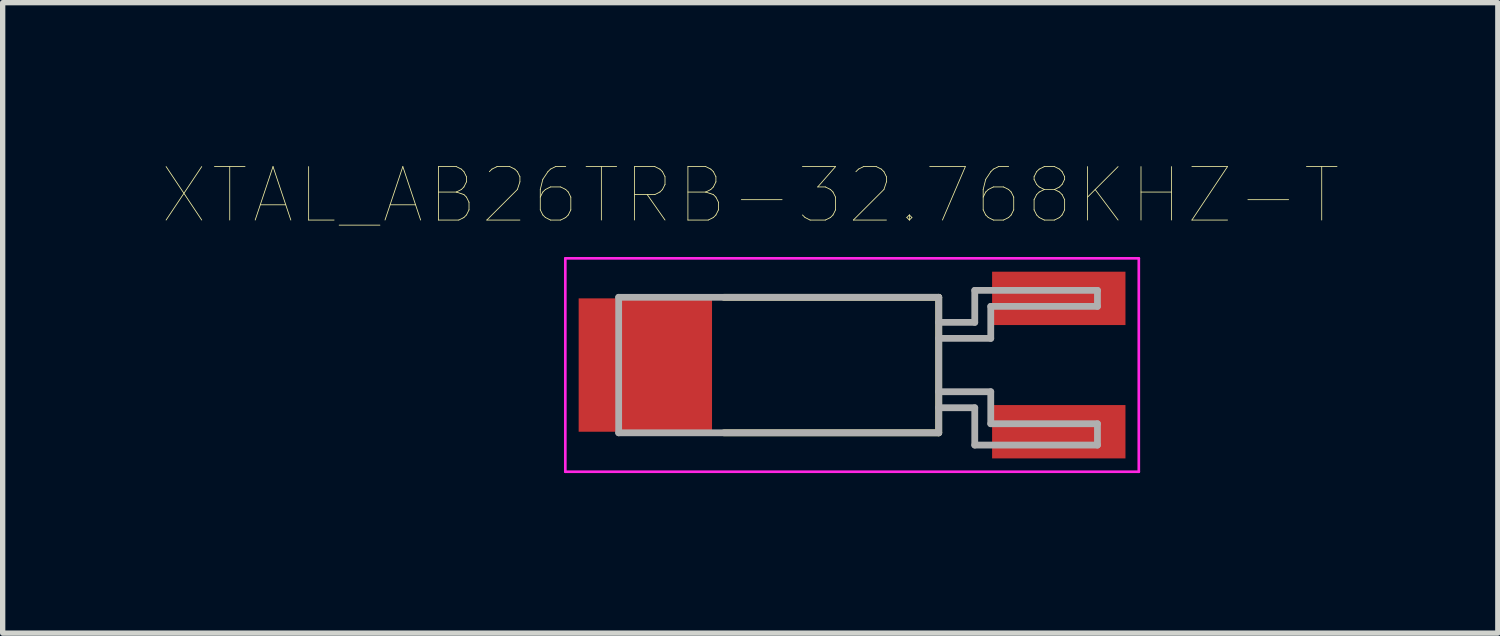
<source format=kicad_pcb>
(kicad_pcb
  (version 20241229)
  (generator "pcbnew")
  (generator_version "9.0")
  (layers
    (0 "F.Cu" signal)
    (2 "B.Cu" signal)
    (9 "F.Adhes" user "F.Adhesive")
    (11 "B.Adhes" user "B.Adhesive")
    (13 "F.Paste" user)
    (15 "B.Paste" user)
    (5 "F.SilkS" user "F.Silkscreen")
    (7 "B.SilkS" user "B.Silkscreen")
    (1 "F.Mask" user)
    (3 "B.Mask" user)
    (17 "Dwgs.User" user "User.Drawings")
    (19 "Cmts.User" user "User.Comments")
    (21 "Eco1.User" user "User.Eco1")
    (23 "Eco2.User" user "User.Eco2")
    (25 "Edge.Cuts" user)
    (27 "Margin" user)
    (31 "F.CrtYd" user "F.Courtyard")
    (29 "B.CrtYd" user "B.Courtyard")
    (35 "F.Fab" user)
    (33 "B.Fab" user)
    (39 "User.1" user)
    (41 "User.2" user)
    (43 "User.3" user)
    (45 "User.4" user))
  (footprint "XTAL_AB26TRB-32.768KHZ-T"
    (layer "F.Cu")
    (at 12.922 3.793)
    (property "Reference" "XTAL_AB26TRB-32.768KHZ-T" (at -1.908 -3.181 0) (layer "F.SilkS") (effects (font (size 1.002 1.002) (thickness 0.015))))
    (attr through_hole)
    (fp_line (start -2.4 -1.27) (end 1.625 -1.27) (stroke (width 0.127) (type solid)) (layer "F.SilkS"))
    (fp_line (start 1.625 -1.27) (end 1.625 1.27) (stroke (width 0.127) (type solid)) (layer "F.SilkS"))
    (fp_line (start 1.625 1.27) (end -2.4 1.27) (stroke (width 0.127) (type solid)) (layer "F.SilkS"))
    (fp_line (start -5.375 -2) (end 5.375 -2) (stroke (width 0.05) (type solid)) (layer "F.CrtYd"))
    (fp_line (start -5.375 2) (end -5.375 -2) (stroke (width 0.05) (type solid)) (layer "F.CrtYd"))
    (fp_line (start 5.375 -2) (end 5.375 2) (stroke (width 0.05) (type solid)) (layer "F.CrtYd"))
    (fp_line (start 5.375 2) (end -5.375 2) (stroke (width 0.05) (type solid)) (layer "F.CrtYd"))
    (fp_line (start -4.375 -1.27) (end -4.375 1.27) (stroke (width 0.127) (type solid)) (layer "F.Fab"))
    (fp_line (start -4.375 1.27) (end 1.625 1.27) (stroke (width 0.127) (type solid)) (layer "F.Fab"))
    (fp_line (start 1.625 -1.27) (end -4.375 -1.27) (stroke (width 0.127) (type solid)) (layer "F.Fab"))
    (fp_line (start 1.625 -0.8) (end 1.625 -1.27) (stroke (width 0.127) (type solid)) (layer "F.Fab"))
    (fp_line (start 1.625 -0.8) (end 2.3 -0.8) (stroke (width 0.127) (type solid)) (layer "F.Fab"))
    (fp_line (start 1.625 -0.5) (end 1.625 -0.8) (stroke (width 0.127) (type solid)) (layer "F.Fab"))
    (fp_line (start 1.625 0.5) (end 1.625 -0.5) (stroke (width 0.127) (type solid)) (layer "F.Fab"))
    (fp_line (start 1.625 0.8) (end 1.625 0.5) (stroke (width 0.127) (type solid)) (layer "F.Fab"))
    (fp_line (start 1.625 0.8) (end 2.3 0.8) (stroke (width 0.127) (type solid)) (layer "F.Fab"))
    (fp_line (start 1.625 1.27) (end 1.625 0.8) (stroke (width 0.127) (type solid)) (layer "F.Fab"))
    (fp_line (start 2.3 -1.4) (end 4.6 -1.4) (stroke (width 0.127) (type solid)) (layer "F.Fab"))
    (fp_line (start 2.3 -0.8) (end 2.3 -1.4) (stroke (width 0.127) (type solid)) (layer "F.Fab"))
    (fp_line (start 2.3 0.8) (end 2.3 1.5) (stroke (width 0.127) (type solid)) (layer "F.Fab"))
    (fp_line (start 2.3 1.5) (end 4.6 1.5) (stroke (width 0.127) (type solid)) (layer "F.Fab"))
    (fp_line (start 2.6 -1.1) (end 2.6 -0.5) (stroke (width 0.127) (type solid)) (layer "F.Fab"))
    (fp_line (start 2.6 -0.5) (end 1.625 -0.5) (stroke (width 0.127) (type solid)) (layer "F.Fab"))
    (fp_line (start 2.6 0.5) (end 1.625 0.5) (stroke (width 0.127) (type solid)) (layer "F.Fab"))
    (fp_line (start 2.6 1.1) (end 2.6 0.5) (stroke (width 0.127) (type solid)) (layer "F.Fab"))
    (fp_line (start 4.6 -1.4) (end 4.6 -1.1) (stroke (width 0.127) (type solid)) (layer "F.Fab"))
    (fp_line (start 4.6 -1.1) (end 2.6 -1.1) (stroke (width 0.127) (type solid)) (layer "F.Fab"))
    (fp_line (start 4.6 1.1) (end 2.6 1.1) (stroke (width 0.127) (type solid)) (layer "F.Fab"))
    (fp_line (start 4.6 1.5) (end 4.6 1.1) (stroke (width 0.127) (type solid)) (layer "F.Fab"))
    (pad "1" smd rect (at 3.875 -1.25) (size 2.5 1) (layers "F.Cu" "F.Mask" "F.Paste"))
    (pad "2" smd rect (at 3.875 1.25) (size 2.5 1) (layers "F.Cu" "F.Mask" "F.Paste"))
    (pad "3" smd rect (at -3.875 0) (size 2.5 2.5) (layers "F.Cu" "F.Mask" "F.Paste")))
  (gr_rect
    (start -3 -3)
    (end 25.027 8.818)
    (stroke (width 0.1) (type default))
    (fill no)
    (layer "Edge.Cuts")))
</source>
